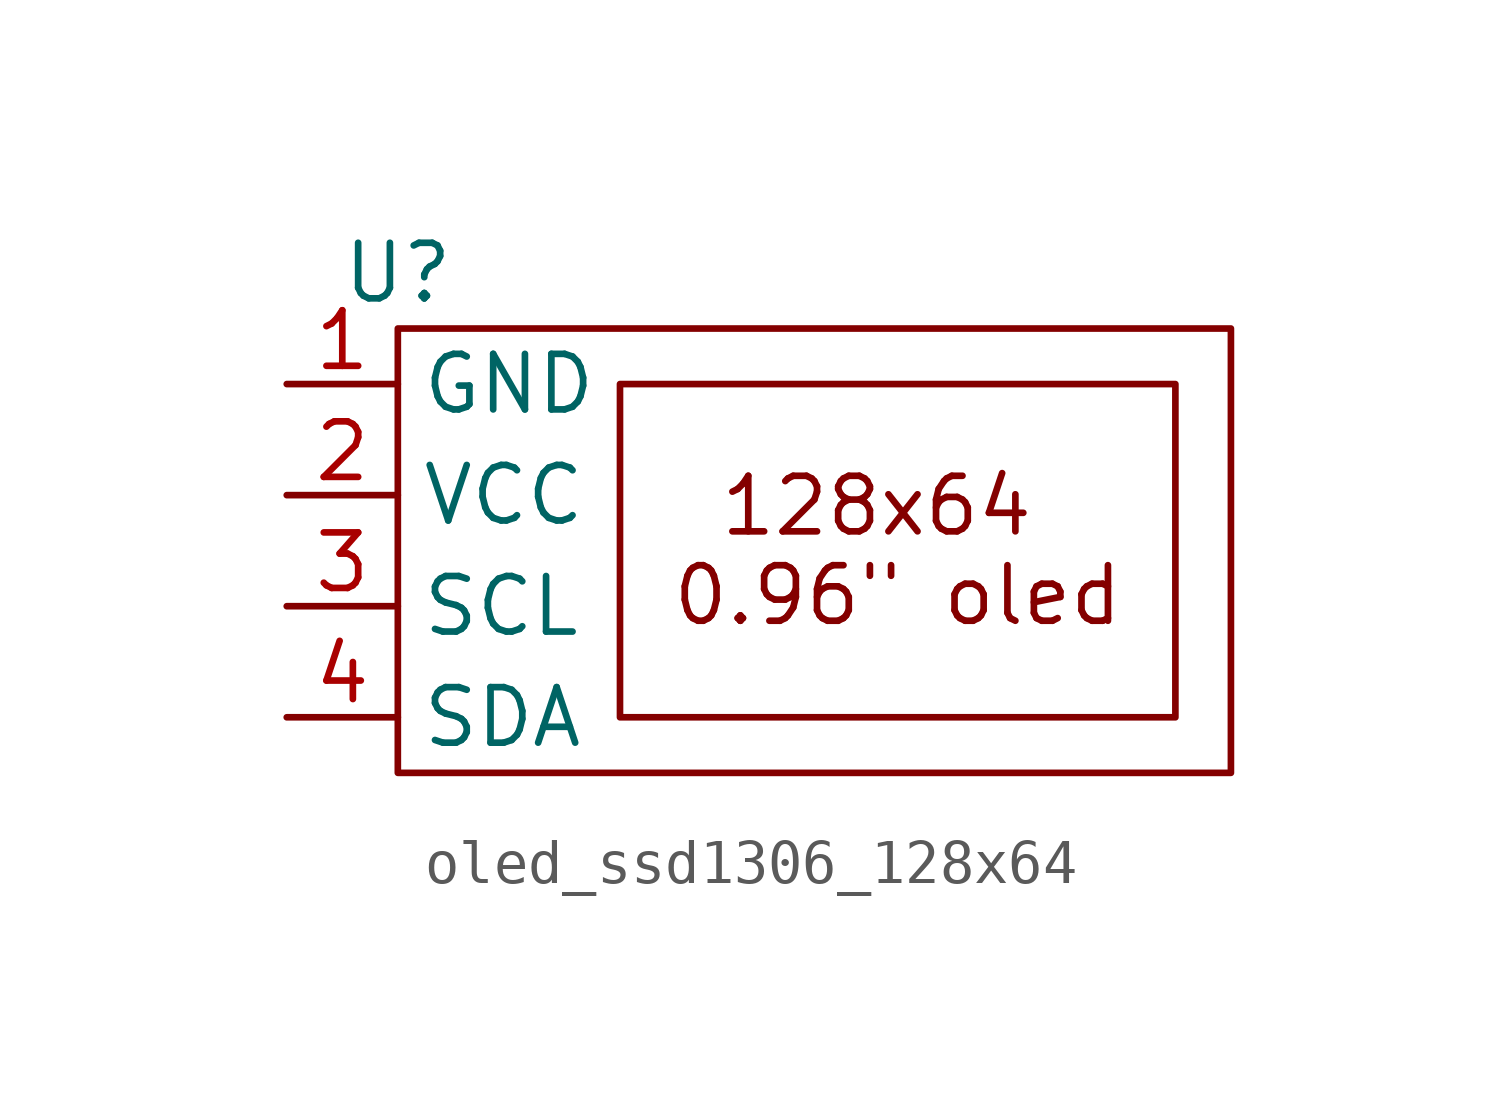
<source format=kicad_sym>
(kicad_symbol_lib
  (version 20231120)
  (generator "kicad_symbol_editor")
  (generator_version "8.0")
  (symbol "oled_ssd1306_128x64"
    (property "Reference" "U"
      (at 0 0 0)
      (effects (font (size 1.27 1.27))))
    (property "Value" ""
      (at 0 0 0)
      (effects (font (size 1.27 1.27))))
    (symbol "oled_ssd1306_128x64_0_1"
      (rectangle (start 0 -1.27) (end 19.05 -11.43) (stroke (width 0) (type default)) (fill (type none)))
      (rectangle (start 5.08 -2.54) (end 17.78 -10.16) (stroke (width 0) (type default)) (fill (type none))))
    (symbol "oled_ssd1306_128x64_1_1"
      (text "128x64 \n0.96\" oled" (at 11.43 -6.35 0) (effects (font (size 1.27 1.27))))
      (pin input line (at -2.54 -2.54 0) (length 2.54) (name "GND" (effects (font (size 1.27 1.27)))) (number "1" (effects (font (size 1.27 1.27)))))
      (pin input line (at -2.54 -5.08 0) (length 2.54) (name "VCC" (effects (font (size 1.27 1.27)))) (number "2" (effects (font (size 1.27 1.27)))))
      (pin input line (at -2.54 -7.62 0) (length 2.54) (name "SCL" (effects (font (size 1.27 1.27)))) (number "3" (effects (font (size 1.27 1.27)))))
      (pin input line (at -2.54 -10.16 0) (length 2.54) (name "SDA" (effects (font (size 1.27 1.27)))) (number "4" (effects (font (size 1.27 1.27))))))))
</source>
